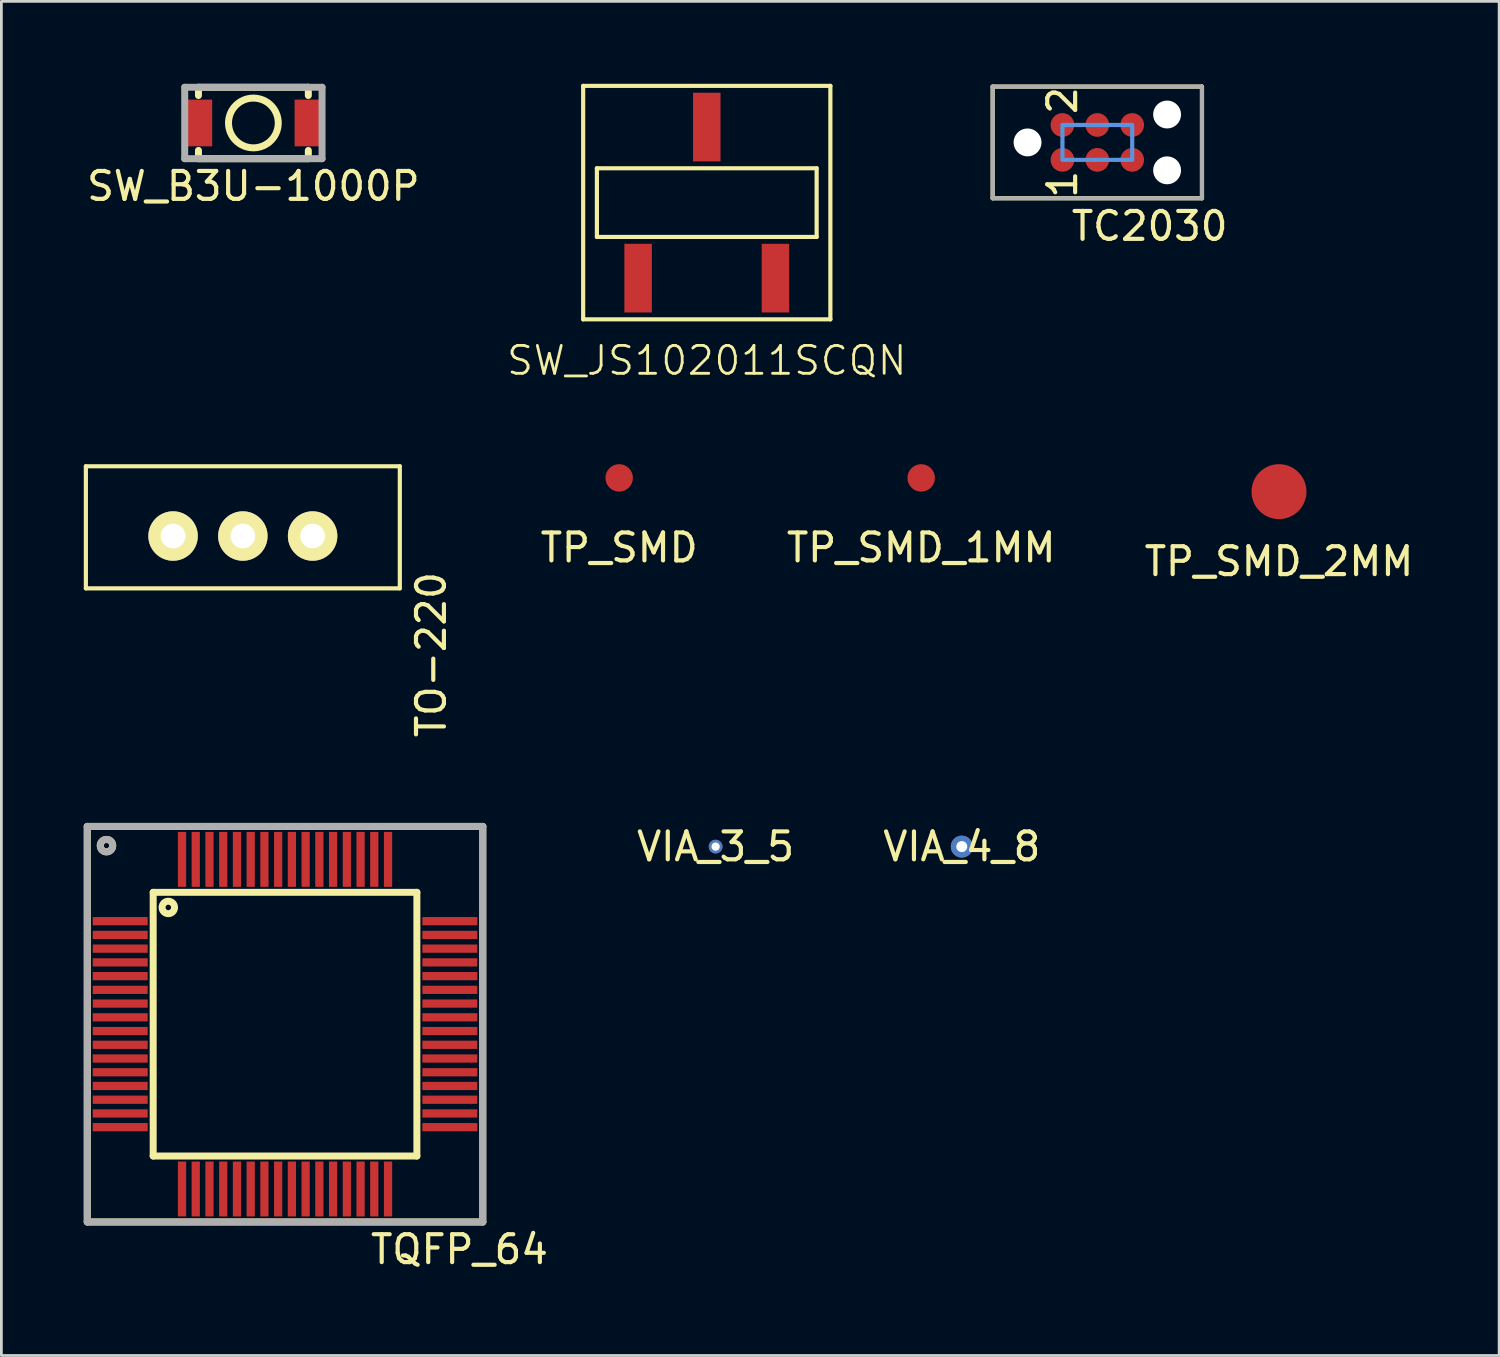
<source format=kicad_pcb>
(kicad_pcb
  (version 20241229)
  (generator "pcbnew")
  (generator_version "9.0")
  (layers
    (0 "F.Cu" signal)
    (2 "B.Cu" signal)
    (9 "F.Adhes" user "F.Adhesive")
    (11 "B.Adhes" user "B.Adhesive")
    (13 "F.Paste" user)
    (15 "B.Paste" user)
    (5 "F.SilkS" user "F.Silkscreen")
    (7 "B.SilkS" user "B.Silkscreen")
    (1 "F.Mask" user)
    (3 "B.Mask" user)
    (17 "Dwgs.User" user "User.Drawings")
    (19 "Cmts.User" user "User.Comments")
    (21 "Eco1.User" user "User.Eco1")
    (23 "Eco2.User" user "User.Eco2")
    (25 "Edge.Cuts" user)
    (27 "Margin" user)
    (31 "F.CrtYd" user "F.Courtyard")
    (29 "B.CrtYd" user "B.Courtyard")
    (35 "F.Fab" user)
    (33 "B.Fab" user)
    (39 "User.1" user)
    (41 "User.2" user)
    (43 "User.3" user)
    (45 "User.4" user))
  (footprint "TC2030"
    (layer "F.Cu")
    (at 34.36 2.135)
    (property "Reference" "TC2030" (at 4.445 3.048 0) (layer "F.SilkS") (effects (font (size 1.016 1.016) (thickness 0.152))))
    (attr through_hole)
    (fp_line (start -1.27 -2.032) (end 6.35 -2.032) (stroke (width 0.152) (type solid)) (layer "F.SilkS"))
    (fp_line (start -1.27 2.032) (end -1.27 -2.032) (stroke (width 0.152) (type solid)) (layer "F.SilkS"))
    (fp_line (start 6.35 -2.032) (end 6.35 2.032) (stroke (width 0.152) (type solid)) (layer "F.SilkS"))
    (fp_line (start 6.35 2.032) (end -1.27 2.032) (stroke (width 0.152) (type solid)) (layer "F.SilkS"))
    (fp_poly (pts (xy 3.81 0.635) (xy 1.27 0.635) (xy 1.27 -0.635) (xy 3.81 -0.635)) (stroke (width 0.152) (type solid)) (fill no) (layer "Cmts.User"))
    (fp_line (start -1.27 -2.032) (end 6.35 -2.032) (stroke (width 0.152) (type solid)) (layer "F.Fab"))
    (fp_line (start -1.27 2.032) (end -1.27 -2.032) (stroke (width 0.152) (type solid)) (layer "F.Fab"))
    (fp_line (start 6.35 -2.032) (end 6.35 2.032) (stroke (width 0.152) (type solid)) (layer "F.Fab"))
    (fp_line (start 6.35 2.032) (end -1.27 2.032) (stroke (width 0.152) (type solid)) (layer "F.Fab"))
    (fp_text user "1" (at 1.27 1.524 90) (layer "F.SilkS") (effects (font (size 1.016 1.016) (thickness 0.152))))
    (fp_text user "2" (at 1.27 -1.524 90) (layer "F.SilkS") (effects (font (size 1.016 1.016) (thickness 0.152))))
    (pad "" np_thru_hole circle (at 0 0) (size 1.016 1.016) (drill 1.016) (layers "*.Cu" "*.Mask"))
    (pad "" np_thru_hole circle (at 5.08 -1.016) (size 1.016 1.016) (drill 1.016) (layers "*.Cu" "*.Mask"))
    (pad "" np_thru_hole circle (at 5.08 1.016) (size 1.016 1.016) (drill 1.016) (layers "*.Cu" "*.Mask"))
    (pad "1" smd circle (at 1.27 0.635) (size 0.863 0.863) (layers "F.Cu" "F.Mask"))
    (pad "2" smd circle (at 1.27 -0.635) (size 0.863 0.863) (layers "F.Cu" "F.Mask"))
    (pad "3" smd circle (at 2.54 0.635) (size 0.863 0.863) (layers "F.Cu" "F.Mask"))
    (pad "4" smd circle (at 2.54 -0.635) (size 0.863 0.863) (layers "F.Cu" "F.Mask"))
    (pad "5" smd circle (at 3.81 0.635) (size 0.863 0.863) (layers "F.Cu" "F.Mask"))
    (pad "6" smd circle (at 3.81 -0.635) (size 0.863 0.863) (layers "F.Cu" "F.Mask")))
  (footprint "TP_SMD_1MM"
    (layer "F.Cu")
    (at 30.487 14.349)
    (property "Reference" "TP_SMD_1MM" (at 0 2.54 0) (layer "F.SilkS") (effects (font (size 1.016 1.016) (thickness 0.152))))
    (attr through_hole)
    (pad "1" smd circle (at 0 0) (size 1 1) (layers "F.Cu" "F.Mask")))
  (footprint "TP_SMD_2MM"
    (layer "F.Cu")
    (at 43.514 14.849)
    (property "Reference" "TP_SMD_2MM" (at 0 2.54 0) (layer "F.SilkS") (effects (font (size 1.016 1.016) (thickness 0.152))))
    (attr through_hole)
    (pad "1" smd circle (at 0 0) (size 2 2) (layers "F.Cu" "F.Mask")))
  (footprint "TO-220"
    (layer "F.Cu")
    (at 5.791 16.465)
    (property "Reference" "TO-220" (at 6.858 4.318 90) (layer "F.SilkS") (effects (font (size 1.016 1.016) (thickness 0.152))))
    (attr through_hole)
    (fp_line (start -5.715 -2.54) (end -5.715 1.905) (stroke (width 0.152) (type solid)) (layer "F.SilkS"))
    (fp_line (start -5.715 1.905) (end 5.715 1.905) (stroke (width 0.152) (type solid)) (layer "F.SilkS"))
    (fp_line (start 5.715 -2.54) (end -5.715 -2.54) (stroke (width 0.152) (type solid)) (layer "F.SilkS"))
    (fp_line (start 5.715 1.905) (end 5.715 -2.54) (stroke (width 0.152) (type solid)) (layer "F.SilkS"))
    (pad "1" thru_hole circle (at -2.54 0) (size 1.8 1.8) (drill 0.9) (layers "*.Cu" "*.Mask" "F.SilkS"))
    (pad "2" thru_hole circle (at 0 0) (size 1.8 1.8) (drill 0.9) (layers "*.Cu" "*.Mask" "F.SilkS"))
    (pad "3" thru_hole circle (at 2.54 0) (size 1.8 1.8) (drill 0.9) (layers "*.Cu" "*.Mask" "F.SilkS")))
  (footprint "TQFP_64"
    (layer "F.Cu")
    (at 1.327 28.237)
    (property "Reference" "TQFP_64" (at 12.35 14.2 0) (layer "F.SilkS") (effects (font (size 1.016 1.016) (thickness 0.152))))
    (attr through_hole)
    (fp_line (start -1.2 -1.2) (end 13.2 -1.2) (stroke (width 0.254) (type solid)) (layer "F.SilkS"))
    (fp_line (start -1.2 13.2) (end -1.2 -1.2) (stroke (width 0.254) (type solid)) (layer "F.SilkS"))
    (fp_line (start 1.2 1.2) (end 1.2 10.8) (stroke (width 0.254) (type solid)) (layer "F.SilkS"))
    (fp_line (start 1.2 10.8) (end 10.8 10.8) (stroke (width 0.254) (type solid)) (layer "F.SilkS"))
    (fp_line (start 10.8 1.2) (end 1.2 1.2) (stroke (width 0.254) (type solid)) (layer "F.SilkS"))
    (fp_line (start 10.8 10.8) (end 10.8 1.2) (stroke (width 0.254) (type solid)) (layer "F.SilkS"))
    (fp_line (start 13.2 -1.2) (end 13.2 13.2) (stroke (width 0.254) (type solid)) (layer "F.SilkS"))
    (fp_line (start 13.2 13.2) (end -1.2 13.2) (stroke (width 0.254) (type solid)) (layer "F.SilkS"))
    (fp_circle (center -0.5 -0.5) (end -0.5 -0.4) (stroke (width 0.254) (type solid)) (fill no) (layer "F.SilkS"))
    (fp_circle (center 1.75 1.75) (end 1.75 1.85) (stroke (width 0.254) (type solid)) (fill no) (layer "F.SilkS"))
    (fp_line (start -1.2 -1.2) (end 13.2 -1.2) (stroke (width 0.254) (type solid)) (layer "F.Fab"))
    (fp_line (start -1.2 13.2) (end -1.2 -1.2) (stroke (width 0.254) (type solid)) (layer "F.Fab"))
    (fp_line (start 13.2 -1.2) (end 13.2 13.2) (stroke (width 0.254) (type solid)) (layer "F.Fab"))
    (fp_line (start 13.2 13.2) (end -1.2 13.2) (stroke (width 0.254) (type solid)) (layer "F.Fab"))
    (fp_circle (center -0.5 -0.5) (end -0.5 -0.4) (stroke (width 0.254) (type solid)) (fill no) (layer "F.Fab"))
    (pad "1" smd rect (at 0 2.25 90) (size 0.3 2) (layers "F.Cu" "F.Mask" "F.Paste"))
    (pad "2" smd rect (at 0 2.75 90) (size 0.3 2) (layers "F.Cu" "F.Mask" "F.Paste"))
    (pad "3" smd rect (at 0 3.25 90) (size 0.3 2) (layers "F.Cu" "F.Mask" "F.Paste"))
    (pad "4" smd rect (at 0 3.75 90) (size 0.3 2) (layers "F.Cu" "F.Mask" "F.Paste"))
    (pad "5" smd rect (at 0 4.25 90) (size 0.3 2) (layers "F.Cu" "F.Mask" "F.Paste"))
    (pad "6" smd rect (at 0 4.75 90) (size 0.3 2) (layers "F.Cu" "F.Mask" "F.Paste"))
    (pad "7" smd rect (at 0 5.25 90) (size 0.3 2) (layers "F.Cu" "F.Mask" "F.Paste"))
    (pad "8" smd rect (at 0 5.75 90) (size 0.3 2) (layers "F.Cu" "F.Mask" "F.Paste"))
    (pad "9" smd rect (at 0 6.25 90) (size 0.3 2) (layers "F.Cu" "F.Mask" "F.Paste"))
    (pad "10" smd rect (at 0 6.75 90) (size 0.3 2) (layers "F.Cu" "F.Mask" "F.Paste"))
    (pad "11" smd rect (at 0 7.25 90) (size 0.3 2) (layers "F.Cu" "F.Mask" "F.Paste"))
    (pad "12" smd rect (at 0 7.75 90) (size 0.3 2) (layers "F.Cu" "F.Mask" "F.Paste"))
    (pad "13" smd rect (at 0 8.25 90) (size 0.3 2) (layers "F.Cu" "F.Mask" "F.Paste"))
    (pad "14" smd rect (at 0 8.75 90) (size 0.3 2) (layers "F.Cu" "F.Mask" "F.Paste"))
    (pad "15" smd rect (at 0 9.25 90) (size 0.3 2) (layers "F.Cu" "F.Mask" "F.Paste"))
    (pad "16" smd rect (at 0 9.75 90) (size 0.3 2) (layers "F.Cu" "F.Mask" "F.Paste"))
    (pad "17" smd rect (at 2.25 12) (size 0.3 2) (layers "F.Cu" "F.Mask" "F.Paste"))
    (pad "18" smd rect (at 2.75 12) (size 0.3 2) (layers "F.Cu" "F.Mask" "F.Paste"))
    (pad "19" smd rect (at 3.25 12) (size 0.3 2) (layers "F.Cu" "F.Mask" "F.Paste"))
    (pad "20" smd rect (at 3.75 12) (size 0.3 2) (layers "F.Cu" "F.Mask" "F.Paste"))
    (pad "21" smd rect (at 4.25 12) (size 0.3 2) (layers "F.Cu" "F.Mask" "F.Paste"))
    (pad "22" smd rect (at 4.75 12) (size 0.3 2) (layers "F.Cu" "F.Mask" "F.Paste"))
    (pad "23" smd rect (at 5.25 12) (size 0.3 2) (layers "F.Cu" "F.Mask" "F.Paste"))
    (pad "24" smd rect (at 5.75 12) (size 0.3 2) (layers "F.Cu" "F.Mask" "F.Paste"))
    (pad "25" smd rect (at 6.25 12) (size 0.3 2) (layers "F.Cu" "F.Mask" "F.Paste"))
    (pad "26" smd rect (at 6.75 12) (size 0.3 2) (layers "F.Cu" "F.Mask" "F.Paste"))
    (pad "27" smd rect (at 7.25 12) (size 0.3 2) (layers "F.Cu" "F.Mask" "F.Paste"))
    (pad "28" smd rect (at 7.75 12) (size 0.3 2) (layers "F.Cu" "F.Mask" "F.Paste"))
    (pad "29" smd rect (at 8.25 12) (size 0.3 2) (layers "F.Cu" "F.Mask" "F.Paste"))
    (pad "30" smd rect (at 8.75 12) (size 0.3 2) (layers "F.Cu" "F.Mask" "F.Paste"))
    (pad "31" smd rect (at 9.25 12) (size 0.3 2) (layers "F.Cu" "F.Mask" "F.Paste"))
    (pad "32" smd rect (at 9.75 12) (size 0.3 2) (layers "F.Cu" "F.Mask" "F.Paste"))
    (pad "33" smd rect (at 12 9.75 90) (size 0.3 2) (layers "F.Cu" "F.Mask" "F.Paste"))
    (pad "34" smd rect (at 12 9.25 90) (size 0.3 2) (layers "F.Cu" "F.Mask" "F.Paste"))
    (pad "35" smd rect (at 12 8.75 90) (size 0.3 2) (layers "F.Cu" "F.Mask" "F.Paste"))
    (pad "36" smd rect (at 12 8.25 90) (size 0.3 2) (layers "F.Cu" "F.Mask" "F.Paste"))
    (pad "37" smd rect (at 12 7.75 90) (size 0.3 2) (layers "F.Cu" "F.Mask" "F.Paste"))
    (pad "38" smd rect (at 12 7.25 90) (size 0.3 2) (layers "F.Cu" "F.Mask" "F.Paste"))
    (pad "39" smd rect (at 12 6.75 90) (size 0.3 2) (layers "F.Cu" "F.Mask" "F.Paste"))
    (pad "40" smd rect (at 12 6.25 90) (size 0.3 2) (layers "F.Cu" "F.Mask" "F.Paste"))
    (pad "41" smd rect (at 12 5.75 90) (size 0.3 2) (layers "F.Cu" "F.Mask" "F.Paste"))
    (pad "42" smd rect (at 12 5.25 90) (size 0.3 2) (layers "F.Cu" "F.Mask" "F.Paste"))
    (pad "43" smd rect (at 12 4.75 90) (size 0.3 2) (layers "F.Cu" "F.Mask" "F.Paste"))
    (pad "44" smd rect (at 12 4.25 90) (size 0.3 2) (layers "F.Cu" "F.Mask" "F.Paste"))
    (pad "45" smd rect (at 12 3.75 90) (size 0.3 2) (layers "F.Cu" "F.Mask" "F.Paste"))
    (pad "46" smd rect (at 12 3.25 90) (size 0.3 2) (layers "F.Cu" "F.Mask" "F.Paste"))
    (pad "47" smd rect (at 12 2.75 90) (size 0.3 2) (layers "F.Cu" "F.Mask" "F.Paste"))
    (pad "48" smd rect (at 12 2.25 90) (size 0.3 2) (layers "F.Cu" "F.Mask" "F.Paste"))
    (pad "49" smd rect (at 9.75 0) (size 0.3 2) (layers "F.Cu" "F.Mask" "F.Paste"))
    (pad "50" smd rect (at 9.25 0) (size 0.3 2) (layers "F.Cu" "F.Mask" "F.Paste"))
    (pad "51" smd rect (at 8.75 0) (size 0.3 2) (layers "F.Cu" "F.Mask" "F.Paste"))
    (pad "52" smd rect (at 8.25 0) (size 0.3 2) (layers "F.Cu" "F.Mask" "F.Paste"))
    (pad "53" smd rect (at 7.75 0) (size 0.3 2) (layers "F.Cu" "F.Mask" "F.Paste"))
    (pad "54" smd rect (at 7.25 0) (size 0.3 2) (layers "F.Cu" "F.Mask" "F.Paste"))
    (pad "55" smd rect (at 6.75 0) (size 0.3 2) (layers "F.Cu" "F.Mask" "F.Paste"))
    (pad "56" smd rect (at 6.25 0) (size 0.3 2) (layers "F.Cu" "F.Mask" "F.Paste"))
    (pad "57" smd rect (at 5.75 0) (size 0.3 2) (layers "F.Cu" "F.Mask" "F.Paste"))
    (pad "58" smd rect (at 5.25 0) (size 0.3 2) (layers "F.Cu" "F.Mask" "F.Paste"))
    (pad "59" smd rect (at 4.75 0) (size 0.3 2) (layers "F.Cu" "F.Mask" "F.Paste"))
    (pad "60" smd rect (at 4.25 0) (size 0.3 2) (layers "F.Cu" "F.Mask" "F.Paste"))
    (pad "61" smd rect (at 3.75 0) (size 0.3 2) (layers "F.Cu" "F.Mask" "F.Paste"))
    (pad "62" smd rect (at 3.25 0) (size 0.3 2) (layers "F.Cu" "F.Mask" "F.Paste"))
    (pad "63" smd rect (at 2.75 0) (size 0.3 2) (layers "F.Cu" "F.Mask" "F.Paste"))
    (pad "64" smd rect (at 2.25 0) (size 0.3 2) (layers "F.Cu" "F.Mask" "F.Paste")))
  (footprint "VIA_3_5"
    (layer "F.Cu")
    (at 23.003 27.772)
    (property "Reference" "VIA_3_5" (at 0 0 0) (layer "F.SilkS") (effects (font (size 1.016 1.016) (thickness 0.152))))
    (attr through_hole)
    (pad "1" thru_hole circle (at 0 0) (size 0.5 0.5) (drill 0.3) (layers "*.Cu" "*.Mask")))
  (footprint "SW_B3U-1000P"
    (layer "F.Cu")
    (at 6.175 1.427)
    (property "Reference" "SW_B3U-1000P" (at 0 2.3 0) (layer "F.SilkS") (effects (font (size 1.016 1.016) (thickness 0.152))))
    (attr through_hole)
    (fp_line (start -2 -1.3) (end -2 -1) (stroke (width 0.254) (type solid)) (layer "F.SilkS"))
    (fp_line (start -2 1.3) (end -2 1) (stroke (width 0.254) (type solid)) (layer "F.SilkS"))
    (fp_line (start -2 1.3) (end 2 1.3) (stroke (width 0.254) (type solid)) (layer "F.SilkS"))
    (fp_line (start 2 -1.3) (end -2 -1.3) (stroke (width 0.254) (type solid)) (layer "F.SilkS"))
    (fp_line (start 2 -1.3) (end 2 -1) (stroke (width 0.254) (type solid)) (layer "F.SilkS"))
    (fp_line (start 2 1.3) (end 2 1) (stroke (width 0.254) (type solid)) (layer "F.SilkS"))
    (fp_circle (center 0 0) (end -0.1 0.9) (stroke (width 0.254) (type solid)) (fill no) (layer "F.SilkS"))
    (fp_line (start -2.5 -1.3) (end -2.5 1.3) (stroke (width 0.254) (type solid)) (layer "F.Fab"))
    (fp_line (start -2.5 1.3) (end 2.5 1.3) (stroke (width 0.254) (type solid)) (layer "F.Fab"))
    (fp_line (start 2.5 -1.3) (end -2.5 -1.3) (stroke (width 0.254) (type solid)) (layer "F.Fab"))
    (fp_line (start 2.5 1.3) (end 2.5 -1.3) (stroke (width 0.254) (type solid)) (layer "F.Fab"))
    (pad "1" smd rect (at -2 0) (size 1 1.7) (layers "F.Cu" "F.Mask" "F.Paste"))
    (pad "2" smd rect (at 2 0) (size 1 1.7) (layers "F.Cu" "F.Mask" "F.Paste")))
  (footprint "TP_SMD"
    (layer "F.Cu")
    (at 19.492 14.349)
    (property "Reference" "TP_SMD" (at 0 2.54 0) (layer "F.SilkS") (effects (font (size 1.016 1.016) (thickness 0.152))))
    (attr through_hole)
    (pad "~" smd circle (at 0 0) (size 1 1) (layers "F.Cu" "F.Mask")))
  (footprint "VIA_4_8"
    (layer "F.Cu")
    (at 31.966 27.772)
    (property "Reference" "VIA_4_8" (at 0 0 0) (layer "F.SilkS") (effects (font (size 1.016 1.016) (thickness 0.152))))
    (attr through_hole)
    (pad "1" thru_hole circle (at 0 0) (size 0.8 0.8) (drill 0.4) (layers "*.Cu" "*.Mask")))
  (footprint "SW_JS102011SCQN"
    (layer "F.Cu")
    (at 22.681 1.576)
    (property "Reference" "SW_JS102011SCQN" (at 0 8.5 0) (layer "F.SilkS") (effects (font (size 1.016 1.016) (thickness 0.102))))
    (attr through_hole)
    (fp_line (start -4.5 -1.5) (end 4.5 -1.5) (stroke (width 0.152) (type solid)) (layer "F.SilkS"))
    (fp_line (start -4.5 7) (end -4.5 -1.5) (stroke (width 0.152) (type solid)) (layer "F.SilkS"))
    (fp_line (start -4 1.5) (end -4 4) (stroke (width 0.152) (type solid)) (layer "F.SilkS"))
    (fp_line (start -4 4) (end 4 4) (stroke (width 0.152) (type solid)) (layer "F.SilkS"))
    (fp_line (start 4 1.5) (end -4 1.5) (stroke (width 0.152) (type solid)) (layer "F.SilkS"))
    (fp_line (start 4 4) (end 4 1.5) (stroke (width 0.152) (type solid)) (layer "F.SilkS"))
    (fp_line (start 4.5 -1.5) (end 4.5 7) (stroke (width 0.152) (type solid)) (layer "F.SilkS"))
    (fp_line (start 4.5 7) (end -4.5 7) (stroke (width 0.152) (type solid)) (layer "F.SilkS"))
    (pad "1" smd rect (at -2.5 5.5) (size 1 2.5) (layers "F.Cu" "F.Mask" "F.Paste"))
    (pad "2" smd rect (at 0 0) (size 1 2.5) (layers "F.Cu" "F.Mask" "F.Paste"))
    (pad "3" smd rect (at 2.5 5.5) (size 1 2.5) (layers "F.Cu" "F.Mask" "F.Paste")))
  (gr_rect
    (start -3 -3)
    (end 51.528 46.299)
    (stroke (width 0.1) (type default))
    (fill no)
    (layer "Edge.Cuts")))
</source>
